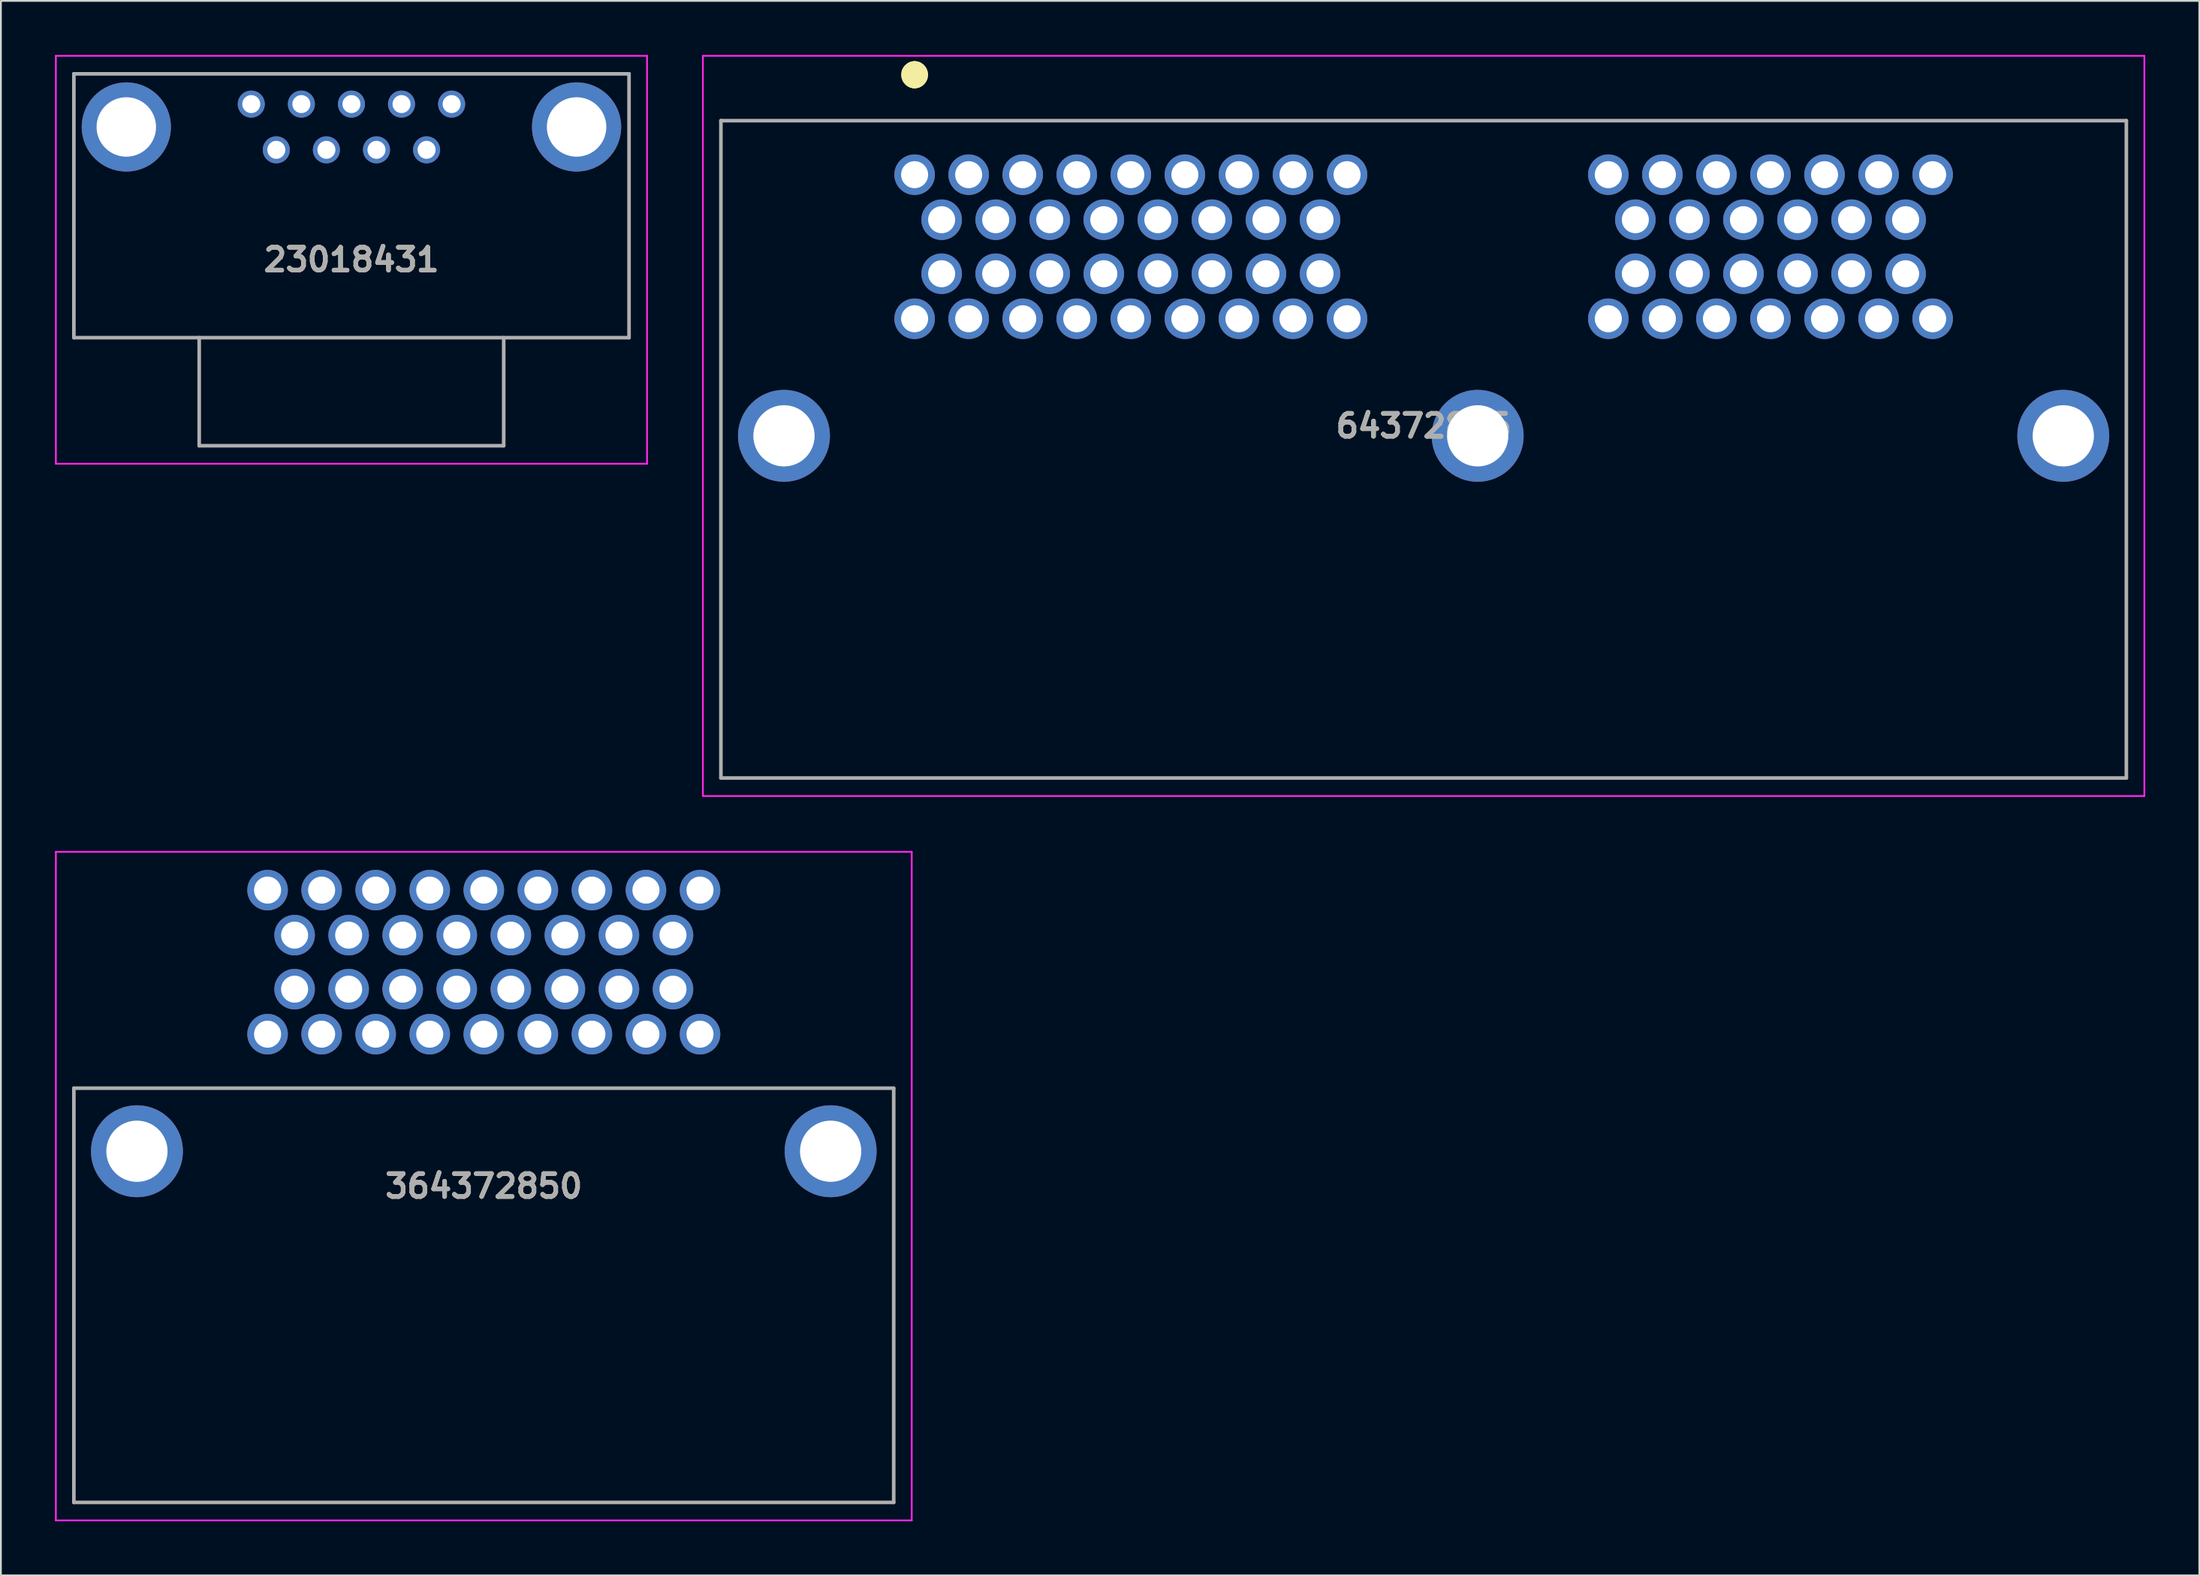
<source format=kicad_pcb>
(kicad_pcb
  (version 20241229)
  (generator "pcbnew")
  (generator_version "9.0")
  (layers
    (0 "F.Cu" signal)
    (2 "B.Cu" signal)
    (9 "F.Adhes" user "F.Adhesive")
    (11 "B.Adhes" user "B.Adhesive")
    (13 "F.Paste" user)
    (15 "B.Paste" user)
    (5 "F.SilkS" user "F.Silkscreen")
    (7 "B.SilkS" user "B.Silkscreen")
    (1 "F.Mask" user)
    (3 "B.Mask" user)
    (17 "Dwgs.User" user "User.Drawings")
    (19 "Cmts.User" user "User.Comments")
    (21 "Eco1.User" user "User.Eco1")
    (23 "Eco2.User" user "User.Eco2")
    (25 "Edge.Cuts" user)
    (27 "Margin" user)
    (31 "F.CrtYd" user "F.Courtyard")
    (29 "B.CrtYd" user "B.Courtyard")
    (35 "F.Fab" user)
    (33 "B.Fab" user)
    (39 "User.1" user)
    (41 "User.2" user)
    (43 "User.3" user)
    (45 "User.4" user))
  (footprint "364372850"
    (layer "F.Cu")
    (at 11.8 54.375)
    (property "Reference" "364372850" (at 12 8.438 0) (layer "F.SilkS") (effects (font (size 1.27 1.27) (thickness 0.254))))
    (attr through_hole)
    (fp_line (start -10.75 3) (end 34.75 3) (stroke (width 0.1) (type solid)) (layer "F.SilkS"))
    (fp_line (start -10.75 26) (end -10.75 3) (stroke (width 0.1) (type solid)) (layer "F.SilkS"))
    (fp_line (start 34.75 3) (end 34.75 26) (stroke (width 0.1) (type solid)) (layer "F.SilkS"))
    (fp_line (start 34.75 26) (end -10.75 26) (stroke (width 0.1) (type solid)) (layer "F.SilkS"))
    (fp_line (start -11.75 -10.125) (end 35.75 -10.125) (stroke (width 0.1) (type solid)) (layer "F.CrtYd"))
    (fp_line (start -11.75 27) (end -11.75 -10.125) (stroke (width 0.1) (type solid)) (layer "F.CrtYd"))
    (fp_line (start 35.75 -10.125) (end 35.75 27) (stroke (width 0.1) (type solid)) (layer "F.CrtYd"))
    (fp_line (start 35.75 27) (end -11.75 27) (stroke (width 0.1) (type solid)) (layer "F.CrtYd"))
    (fp_line (start -10.75 3) (end 34.75 3) (stroke (width 0.2) (type solid)) (layer "F.Fab"))
    (fp_line (start -10.75 26) (end -10.75 3) (stroke (width 0.2) (type solid)) (layer "F.Fab"))
    (fp_line (start 34.75 3) (end 34.75 26) (stroke (width 0.2) (type solid)) (layer "F.Fab"))
    (fp_line (start 34.75 26) (end -10.75 26) (stroke (width 0.2) (type solid)) (layer "F.Fab"))
    (fp_text user "${REFERENCE}" (at 12 8.438 0) (layer "F.Fab") (effects (font (size 1.27 1.27) (thickness 0.254))))
    (pad "1" thru_hole circle (at 0 0) (size 2.25 2.25) (drill 1.5) (layers "*.Cu" "*.Mask"))
    (pad "2" thru_hole circle (at 3 0) (size 2.25 2.25) (drill 1.5) (layers "*.Cu" "*.Mask"))
    (pad "3" thru_hole circle (at 6 0) (size 2.25 2.25) (drill 1.5) (layers "*.Cu" "*.Mask"))
    (pad "4" thru_hole circle (at 9 0) (size 2.25 2.25) (drill 1.5) (layers "*.Cu" "*.Mask"))
    (pad "5" thru_hole circle (at 12 0) (size 2.25 2.25) (drill 1.5) (layers "*.Cu" "*.Mask"))
    (pad "6" thru_hole circle (at 15 0) (size 2.25 2.25) (drill 1.5) (layers "*.Cu" "*.Mask"))
    (pad "7" thru_hole circle (at 18 0) (size 2.25 2.25) (drill 1.5) (layers "*.Cu" "*.Mask"))
    (pad "8" thru_hole circle (at 21 0) (size 2.25 2.25) (drill 1.5) (layers "*.Cu" "*.Mask"))
    (pad "9" thru_hole circle (at 24 0) (size 2.25 2.25) (drill 1.5) (layers "*.Cu" "*.Mask"))
    (pad "10" thru_hole circle (at 1.5 -2.5) (size 2.25 2.25) (drill 1.5) (layers "*.Cu" "*.Mask"))
    (pad "11" thru_hole circle (at 4.5 -2.5) (size 2.25 2.25) (drill 1.5) (layers "*.Cu" "*.Mask"))
    (pad "12" thru_hole circle (at 7.5 -2.5) (size 2.25 2.25) (drill 1.5) (layers "*.Cu" "*.Mask"))
    (pad "13" thru_hole circle (at 10.5 -2.5) (size 2.25 2.25) (drill 1.5) (layers "*.Cu" "*.Mask"))
    (pad "14" thru_hole circle (at 13.5 -2.5) (size 2.25 2.25) (drill 1.5) (layers "*.Cu" "*.Mask"))
    (pad "15" thru_hole circle (at 16.5 -2.5) (size 2.25 2.25) (drill 1.5) (layers "*.Cu" "*.Mask"))
    (pad "16" thru_hole circle (at 19.5 -2.5) (size 2.25 2.25) (drill 1.5) (layers "*.Cu" "*.Mask"))
    (pad "17" thru_hole circle (at 22.5 -2.5) (size 2.25 2.25) (drill 1.5) (layers "*.Cu" "*.Mask"))
    (pad "18" thru_hole circle (at 1.5 -5.5) (size 2.25 2.25) (drill 1.5) (layers "*.Cu" "*.Mask"))
    (pad "19" thru_hole circle (at 4.5 -5.5) (size 2.25 2.25) (drill 1.5) (layers "*.Cu" "*.Mask"))
    (pad "20" thru_hole circle (at 7.5 -5.5) (size 2.25 2.25) (drill 1.5) (layers "*.Cu" "*.Mask"))
    (pad "21" thru_hole circle (at 10.5 -5.5) (size 2.25 2.25) (drill 1.5) (layers "*.Cu" "*.Mask"))
    (pad "22" thru_hole circle (at 13.5 -5.5) (size 2.25 2.25) (drill 1.5) (layers "*.Cu" "*.Mask"))
    (pad "23" thru_hole circle (at 16.5 -5.5) (size 2.25 2.25) (drill 1.5) (layers "*.Cu" "*.Mask"))
    (pad "24" thru_hole circle (at 19.5 -5.5) (size 2.25 2.25) (drill 1.5) (layers "*.Cu" "*.Mask"))
    (pad "25" thru_hole circle (at 22.5 -5.5) (size 2.25 2.25) (drill 1.5) (layers "*.Cu" "*.Mask"))
    (pad "26" thru_hole circle (at 0 -8) (size 2.25 2.25) (drill 1.5) (layers "*.Cu" "*.Mask"))
    (pad "27" thru_hole circle (at 3 -8) (size 2.25 2.25) (drill 1.5) (layers "*.Cu" "*.Mask"))
    (pad "28" thru_hole circle (at 6 -8) (size 2.25 2.25) (drill 1.5) (layers "*.Cu" "*.Mask"))
    (pad "29" thru_hole circle (at 9 -8) (size 2.25 2.25) (drill 1.5) (layers "*.Cu" "*.Mask"))
    (pad "30" thru_hole circle (at 12 -8) (size 2.25 2.25) (drill 1.5) (layers "*.Cu" "*.Mask"))
    (pad "31" thru_hole circle (at 15 -8) (size 2.25 2.25) (drill 1.5) (layers "*.Cu" "*.Mask"))
    (pad "32" thru_hole circle (at 18 -8) (size 2.25 2.25) (drill 1.5) (layers "*.Cu" "*.Mask"))
    (pad "33" thru_hole circle (at 21 -8) (size 2.25 2.25) (drill 1.5) (layers "*.Cu" "*.Mask"))
    (pad "34" thru_hole circle (at 24 -8) (size 2.25 2.25) (drill 1.5) (layers "*.Cu" "*.Mask"))
    (pad "MH1" thru_hole circle (at -7.25 6.5) (size 5.1 5.1) (drill 3.4) (layers "*.Cu" "*.Mask"))
    (pad "MH2" thru_hole circle (at 31.25 6.5) (size 5.1 5.1) (drill 3.4) (layers "*.Cu" "*.Mask")))
  (footprint "23018431"
    (layer "F.Cu")
    (at 10.895 2.73)
    (property "Reference" "23018431" (at 5.56 8.645 0) (layer "F.SilkS") (effects (font (size 1.27 1.27) (thickness 0.254))))
    (attr through_hole)
    (fp_line (start -9.845 -1.68) (end 20.965 -1.68) (stroke (width 0.1) (type solid)) (layer "F.SilkS"))
    (fp_line (start -9.845 12.97) (end -9.845 -1.68) (stroke (width 0.1) (type solid)) (layer "F.SilkS"))
    (fp_line (start 20.965 -1.68) (end 20.965 12.97) (stroke (width 0.1) (type solid)) (layer "F.SilkS"))
    (fp_line (start 20.965 12.97) (end -9.845 12.97) (stroke (width 0.1) (type solid)) (layer "F.SilkS"))
    (fp_line (start -10.845 -2.68) (end 21.965 -2.68) (stroke (width 0.1) (type solid)) (layer "F.CrtYd"))
    (fp_line (start -10.845 19.97) (end -10.845 -2.68) (stroke (width 0.1) (type solid)) (layer "F.CrtYd"))
    (fp_line (start 21.965 -2.68) (end 21.965 19.97) (stroke (width 0.1) (type solid)) (layer "F.CrtYd"))
    (fp_line (start 21.965 19.97) (end -10.845 19.97) (stroke (width 0.1) (type solid)) (layer "F.CrtYd"))
    (fp_line (start -9.845 -1.68) (end 20.965 -1.68) (stroke (width 0.2) (type solid)) (layer "F.Fab"))
    (fp_line (start -9.845 12.97) (end -9.845 -1.68) (stroke (width 0.2) (type solid)) (layer "F.Fab"))
    (fp_line (start -2.89 12.97) (end -2.89 18.97) (stroke (width 0.2) (type solid)) (layer "F.Fab"))
    (fp_line (start -2.89 18.97) (end 14.01 18.97) (stroke (width 0.2) (type solid)) (layer "F.Fab"))
    (fp_line (start 14.01 18.97) (end 14.01 12.97) (stroke (width 0.2) (type solid)) (layer "F.Fab"))
    (fp_line (start 20.965 -1.68) (end 20.965 12.97) (stroke (width 0.2) (type solid)) (layer "F.Fab"))
    (fp_line (start 20.965 12.97) (end -9.845 12.97) (stroke (width 0.2) (type solid)) (layer "F.Fab"))
    (fp_text user "${REFERENCE}" (at 5.56 8.645 0) (layer "F.Fab") (effects (font (size 1.27 1.27) (thickness 0.254))))
    (pad "1" thru_hole circle (at 0 0) (size 1.5 1.5) (drill 1) (layers "*.Cu" "*.Mask"))
    (pad "2" thru_hole circle (at 2.78 0) (size 1.5 1.5) (drill 1) (layers "*.Cu" "*.Mask"))
    (pad "3" thru_hole circle (at 5.56 0) (size 1.5 1.5) (drill 1) (layers "*.Cu" "*.Mask"))
    (pad "4" thru_hole circle (at 8.34 0) (size 1.5 1.5) (drill 1) (layers "*.Cu" "*.Mask"))
    (pad "5" thru_hole circle (at 11.12 0) (size 1.5 1.5) (drill 1) (layers "*.Cu" "*.Mask"))
    (pad "6" thru_hole circle (at 1.39 2.54) (size 1.5 1.5) (drill 1) (layers "*.Cu" "*.Mask"))
    (pad "7" thru_hole circle (at 4.17 2.54) (size 1.5 1.5) (drill 1) (layers "*.Cu" "*.Mask"))
    (pad "8" thru_hole circle (at 6.95 2.54) (size 1.5 1.5) (drill 1) (layers "*.Cu" "*.Mask"))
    (pad "9" thru_hole circle (at 9.73 2.54) (size 1.5 1.5) (drill 1) (layers "*.Cu" "*.Mask"))
    (pad "MH1" thru_hole circle (at -6.935 1.27) (size 4.95 4.95) (drill 3.3) (layers "*.Cu" "*.Mask"))
    (pad "MH2" thru_hole circle (at 18.055 1.27) (size 4.95 4.95) (drill 3.3) (layers "*.Cu" "*.Mask")))
  (footprint "64372885"
    (layer "F.Cu")
    (at 47.71 6.65)
    (property "Reference" "64372885" (at 28.25 13.95 0) (layer "F.SilkS") (effects (font (size 1.27 1.27) (thickness 0.254))))
    (attr through_hole)
    (fp_line (start -10.75 -3) (end 67.25 -3) (stroke (width 0.1) (type solid)) (layer "F.SilkS"))
    (fp_line (start -10.75 33.5) (end -10.75 -3) (stroke (width 0.1) (type solid)) (layer "F.SilkS"))
    (fp_line (start 0 -5.6) (end 0 -5.6) (stroke (width 1.4) (type solid)) (layer "F.SilkS"))
    (fp_line (start 0 -5.5) (end 0 -5.5) (stroke (width 1.4) (type solid)) (layer "F.SilkS"))
    (fp_line (start 67.25 -3) (end 67.25 33.5) (stroke (width 0.1) (type solid)) (layer "F.SilkS"))
    (fp_line (start 67.25 33.5) (end -10.75 33.5) (stroke (width 0.1) (type solid)) (layer "F.SilkS"))
    (fp_arc (start 0 -5.6) (mid 0.05 -5.55) (end 0 -5.5) (stroke (width 1.4) (type solid)) (layer "F.SilkS"))
    (fp_arc (start 0 -5.5) (mid -0.05 -5.55) (end 0 -5.6) (stroke (width 1.4) (type solid)) (layer "F.SilkS"))
    (fp_line (start -11.75 -6.6) (end 68.25 -6.6) (stroke (width 0.1) (type solid)) (layer "F.CrtYd"))
    (fp_line (start -11.75 34.5) (end -11.75 -6.6) (stroke (width 0.1) (type solid)) (layer "F.CrtYd"))
    (fp_line (start 68.25 -6.6) (end 68.25 34.5) (stroke (width 0.1) (type solid)) (layer "F.CrtYd"))
    (fp_line (start 68.25 34.5) (end -11.75 34.5) (stroke (width 0.1) (type solid)) (layer "F.CrtYd"))
    (fp_line (start -10.75 -3) (end 67.25 -3) (stroke (width 0.2) (type solid)) (layer "F.Fab"))
    (fp_line (start -10.75 33.5) (end -10.75 -3) (stroke (width 0.2) (type solid)) (layer "F.Fab"))
    (fp_line (start 67.25 -3) (end 67.25 33.5) (stroke (width 0.2) (type solid)) (layer "F.Fab"))
    (fp_line (start 67.25 33.5) (end -10.75 33.5) (stroke (width 0.2) (type solid)) (layer "F.Fab"))
    (fp_text user "${REFERENCE}" (at 28.25 13.95 0) (layer "F.Fab") (effects (font (size 1.27 1.27) (thickness 0.254))))
    (pad "1" thru_hole circle (at 0 0) (size 2.25 2.25) (drill 1.5) (layers "*.Cu" "*.Mask"))
    (pad "2" thru_hole circle (at 3 0) (size 2.25 2.25) (drill 1.5) (layers "*.Cu" "*.Mask"))
    (pad "3" thru_hole circle (at 6 0) (size 2.25 2.25) (drill 1.5) (layers "*.Cu" "*.Mask"))
    (pad "4" thru_hole circle (at 9 0) (size 2.25 2.25) (drill 1.5) (layers "*.Cu" "*.Mask"))
    (pad "5" thru_hole circle (at 12 0) (size 2.25 2.25) (drill 1.5) (layers "*.Cu" "*.Mask"))
    (pad "6" thru_hole circle (at 15 0) (size 2.25 2.25) (drill 1.5) (layers "*.Cu" "*.Mask"))
    (pad "7" thru_hole circle (at 18 0) (size 2.25 2.25) (drill 1.5) (layers "*.Cu" "*.Mask"))
    (pad "8" thru_hole circle (at 21 0) (size 2.25 2.25) (drill 1.5) (layers "*.Cu" "*.Mask"))
    (pad "9" thru_hole circle (at 24 0) (size 2.25 2.25) (drill 1.5) (layers "*.Cu" "*.Mask"))
    (pad "10" thru_hole circle (at 1.5 2.5) (size 2.25 2.25) (drill 1.5) (layers "*.Cu" "*.Mask"))
    (pad "11" thru_hole circle (at 4.5 2.5) (size 2.25 2.25) (drill 1.5) (layers "*.Cu" "*.Mask"))
    (pad "12" thru_hole circle (at 7.5 2.5) (size 2.25 2.25) (drill 1.5) (layers "*.Cu" "*.Mask"))
    (pad "13" thru_hole circle (at 10.5 2.5) (size 2.25 2.25) (drill 1.5) (layers "*.Cu" "*.Mask"))
    (pad "14" thru_hole circle (at 13.5 2.5) (size 2.25 2.25) (drill 1.5) (layers "*.Cu" "*.Mask"))
    (pad "15" thru_hole circle (at 16.5 2.5) (size 2.25 2.25) (drill 1.5) (layers "*.Cu" "*.Mask"))
    (pad "16" thru_hole circle (at 19.5 2.5) (size 2.25 2.25) (drill 1.5) (layers "*.Cu" "*.Mask"))
    (pad "17" thru_hole circle (at 22.5 2.5) (size 2.25 2.25) (drill 1.5) (layers "*.Cu" "*.Mask"))
    (pad "18" thru_hole circle (at 1.5 5.5) (size 2.25 2.25) (drill 1.5) (layers "*.Cu" "*.Mask"))
    (pad "19" thru_hole circle (at 4.5 5.5) (size 2.25 2.25) (drill 1.5) (layers "*.Cu" "*.Mask"))
    (pad "20" thru_hole circle (at 7.5 5.5) (size 2.25 2.25) (drill 1.5) (layers "*.Cu" "*.Mask"))
    (pad "21" thru_hole circle (at 10.5 5.5) (size 2.25 2.25) (drill 1.5) (layers "*.Cu" "*.Mask"))
    (pad "22" thru_hole circle (at 13.5 5.5) (size 2.25 2.25) (drill 1.5) (layers "*.Cu" "*.Mask"))
    (pad "23" thru_hole circle (at 16.5 5.5) (size 2.25 2.25) (drill 1.5) (layers "*.Cu" "*.Mask"))
    (pad "24" thru_hole circle (at 19.5 5.5) (size 2.25 2.25) (drill 1.5) (layers "*.Cu" "*.Mask"))
    (pad "25" thru_hole circle (at 22.5 5.5) (size 2.25 2.25) (drill 1.5) (layers "*.Cu" "*.Mask"))
    (pad "26" thru_hole circle (at 0 8) (size 2.25 2.25) (drill 1.5) (layers "*.Cu" "*.Mask"))
    (pad "27" thru_hole circle (at 3 8) (size 2.25 2.25) (drill 1.5) (layers "*.Cu" "*.Mask"))
    (pad "28" thru_hole circle (at 6 8) (size 2.25 2.25) (drill 1.5) (layers "*.Cu" "*.Mask"))
    (pad "29" thru_hole circle (at 9 8) (size 2.25 2.25) (drill 1.5) (layers "*.Cu" "*.Mask"))
    (pad "30" thru_hole circle (at 12 8) (size 2.25 2.25) (drill 1.5) (layers "*.Cu" "*.Mask"))
    (pad "31" thru_hole circle (at 15 8) (size 2.25 2.25) (drill 1.5) (layers "*.Cu" "*.Mask"))
    (pad "32" thru_hole circle (at 18 8) (size 2.25 2.25) (drill 1.5) (layers "*.Cu" "*.Mask"))
    (pad "33" thru_hole circle (at 21 8) (size 2.25 2.25) (drill 1.5) (layers "*.Cu" "*.Mask"))
    (pad "34" thru_hole circle (at 24 8) (size 2.25 2.25) (drill 1.5) (layers "*.Cu" "*.Mask"))
    (pad "35" thru_hole circle (at 38.5 0) (size 2.25 2.25) (drill 1.5) (layers "*.Cu" "*.Mask"))
    (pad "36" thru_hole circle (at 41.5 0) (size 2.25 2.25) (drill 1.5) (layers "*.Cu" "*.Mask"))
    (pad "37" thru_hole circle (at 44.5 0) (size 2.25 2.25) (drill 1.5) (layers "*.Cu" "*.Mask"))
    (pad "38" thru_hole circle (at 47.5 0) (size 2.25 2.25) (drill 1.5) (layers "*.Cu" "*.Mask"))
    (pad "39" thru_hole circle (at 50.5 0) (size 2.25 2.25) (drill 1.5) (layers "*.Cu" "*.Mask"))
    (pad "40" thru_hole circle (at 53.5 0) (size 2.25 2.25) (drill 1.5) (layers "*.Cu" "*.Mask"))
    (pad "41" thru_hole circle (at 56.5 0) (size 2.25 2.25) (drill 1.5) (layers "*.Cu" "*.Mask"))
    (pad "42" thru_hole circle (at 40 2.5) (size 2.25 2.25) (drill 1.5) (layers "*.Cu" "*.Mask"))
    (pad "43" thru_hole circle (at 43 2.5) (size 2.25 2.25) (drill 1.5) (layers "*.Cu" "*.Mask"))
    (pad "44" thru_hole circle (at 46 2.5) (size 2.25 2.25) (drill 1.5) (layers "*.Cu" "*.Mask"))
    (pad "45" thru_hole circle (at 49 2.5) (size 2.25 2.25) (drill 1.5) (layers "*.Cu" "*.Mask"))
    (pad "46" thru_hole circle (at 52 2.5) (size 2.25 2.25) (drill 1.5) (layers "*.Cu" "*.Mask"))
    (pad "47" thru_hole circle (at 55 2.5) (size 2.25 2.25) (drill 1.5) (layers "*.Cu" "*.Mask"))
    (pad "48" thru_hole circle (at 40 5.5) (size 2.25 2.25) (drill 1.5) (layers "*.Cu" "*.Mask"))
    (pad "49" thru_hole circle (at 43 5.5) (size 2.25 2.25) (drill 1.5) (layers "*.Cu" "*.Mask"))
    (pad "50" thru_hole circle (at 46 5.5) (size 2.25 2.25) (drill 1.5) (layers "*.Cu" "*.Mask"))
    (pad "51" thru_hole circle (at 49 5.5) (size 2.25 2.25) (drill 1.5) (layers "*.Cu" "*.Mask"))
    (pad "52" thru_hole circle (at 52 5.5) (size 2.25 2.25) (drill 1.5) (layers "*.Cu" "*.Mask"))
    (pad "53" thru_hole circle (at 55 5.5) (size 2.25 2.25) (drill 1.5) (layers "*.Cu" "*.Mask"))
    (pad "54" thru_hole circle (at 38.5 8) (size 2.25 2.25) (drill 1.5) (layers "*.Cu" "*.Mask"))
    (pad "55" thru_hole circle (at 41.5 8) (size 2.25 2.25) (drill 1.5) (layers "*.Cu" "*.Mask"))
    (pad "56" thru_hole circle (at 44.5 8) (size 2.25 2.25) (drill 1.5) (layers "*.Cu" "*.Mask"))
    (pad "57" thru_hole circle (at 47.5 8) (size 2.25 2.25) (drill 1.5) (layers "*.Cu" "*.Mask"))
    (pad "58" thru_hole circle (at 50.5 8) (size 2.25 2.25) (drill 1.5) (layers "*.Cu" "*.Mask"))
    (pad "59" thru_hole circle (at 53.5 8) (size 2.25 2.25) (drill 1.5) (layers "*.Cu" "*.Mask"))
    (pad "60" thru_hole circle (at 56.5 8) (size 2.25 2.25) (drill 1.5) (layers "*.Cu" "*.Mask"))
    (pad "MH1" thru_hole circle (at -7.25 14.5) (size 5.1 5.1) (drill 3.4) (layers "*.Cu" "*.Mask"))
    (pad "MH2" thru_hole circle (at 31.25 14.5) (size 5.1 5.1) (drill 3.4) (layers "*.Cu" "*.Mask"))
    (pad "MH3" thru_hole circle (at 63.75 14.5) (size 5.1 5.1) (drill 3.4) (layers "*.Cu" "*.Mask")))
  (gr_rect
    (start -3 -3)
    (end 119.01 84.425)
    (stroke (width 0.1) (type default))
    (fill no)
    (layer "Edge.Cuts")))
</source>
